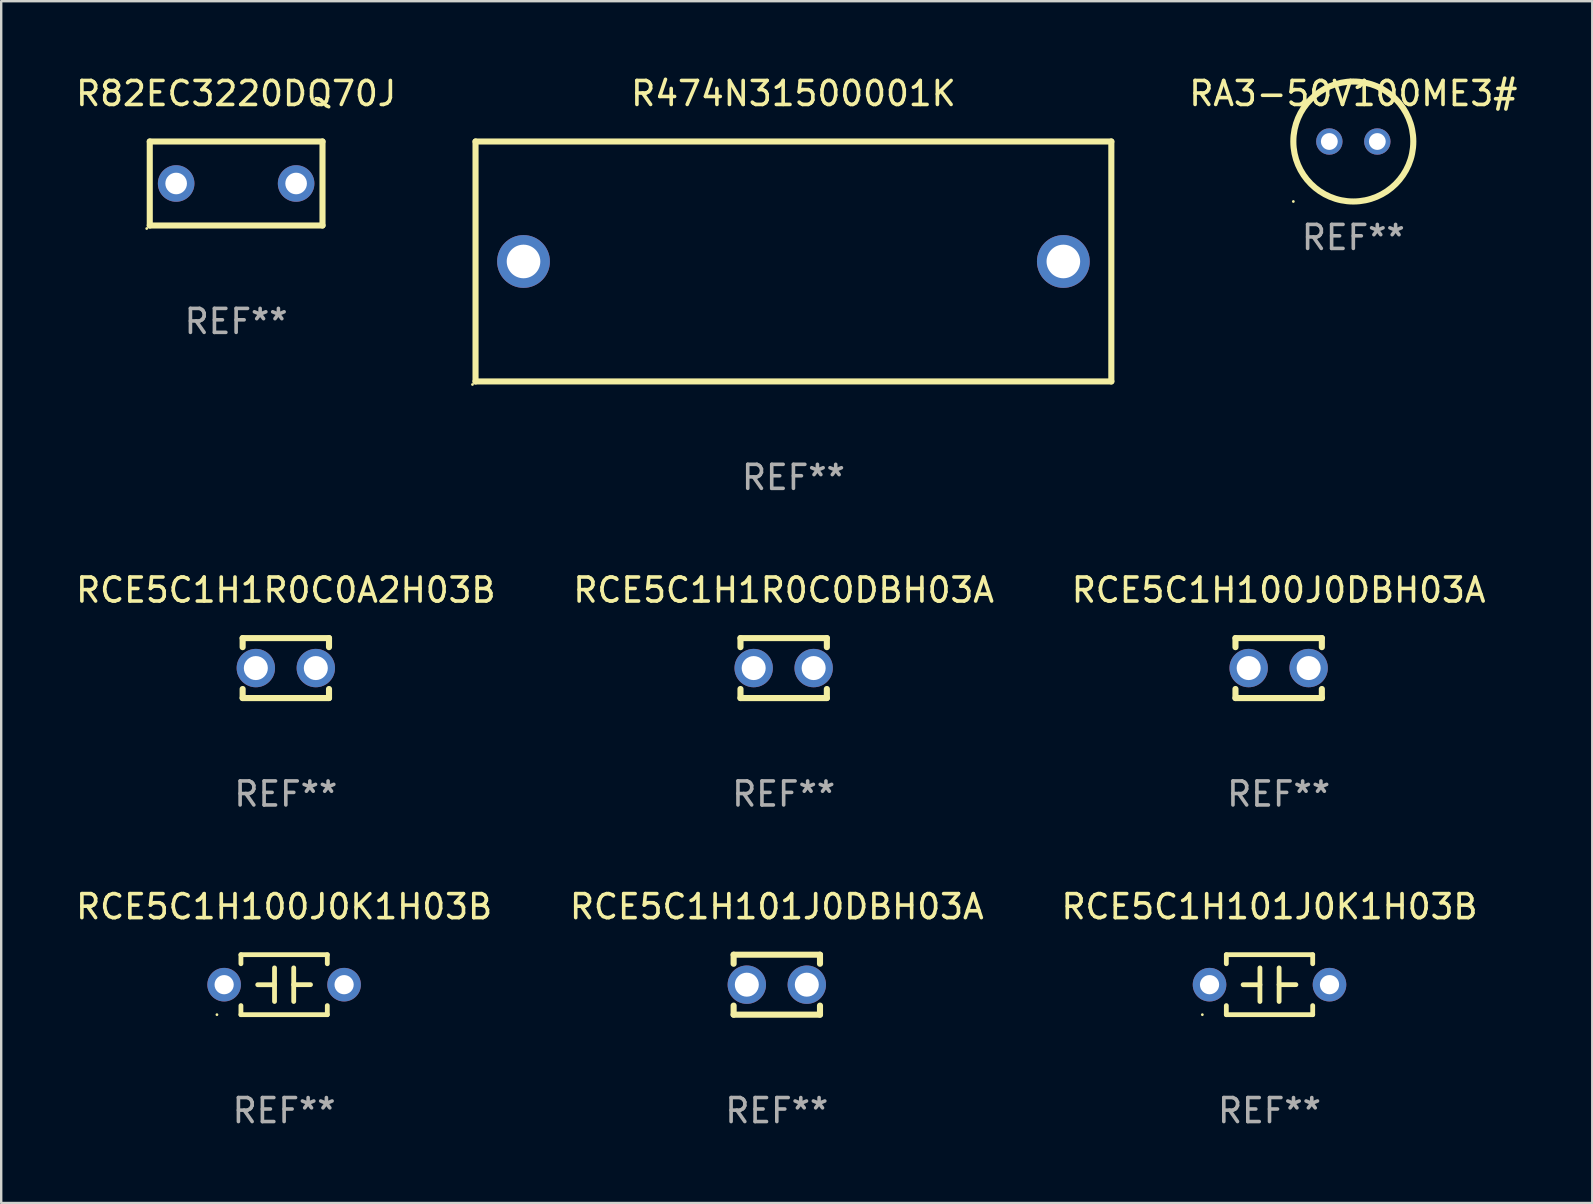
<source format=kicad_pcb>
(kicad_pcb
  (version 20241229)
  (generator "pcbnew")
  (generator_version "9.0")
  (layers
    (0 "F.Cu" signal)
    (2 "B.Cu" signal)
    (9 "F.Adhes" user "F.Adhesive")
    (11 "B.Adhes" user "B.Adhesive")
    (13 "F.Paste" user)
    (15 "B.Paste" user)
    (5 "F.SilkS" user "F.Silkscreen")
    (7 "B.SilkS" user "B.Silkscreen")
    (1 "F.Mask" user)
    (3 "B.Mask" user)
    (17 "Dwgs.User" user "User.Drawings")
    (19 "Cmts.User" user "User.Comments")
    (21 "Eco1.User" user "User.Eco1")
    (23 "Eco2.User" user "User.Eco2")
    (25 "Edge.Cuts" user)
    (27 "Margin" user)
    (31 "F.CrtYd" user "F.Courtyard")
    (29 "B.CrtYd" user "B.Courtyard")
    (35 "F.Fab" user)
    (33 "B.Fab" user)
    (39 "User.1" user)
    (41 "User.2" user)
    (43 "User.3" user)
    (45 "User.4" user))
  (footprint "RCE5C1H100J0DBH03A"
    (layer "F.Cu")
    (at 50.244 24.795)
    (property "Reference" "RCE5C1H100J0DBH03A" (at 0 -3.25 0) (layer "F.SilkS") (effects (font (size 1 1) (thickness 0.15))))
    (attr through_hole)
    (fp_line (start -1.8 -1.25) (end -1.8 -0.872) (stroke (width 0.254) (type solid)) (layer "F.SilkS"))
    (fp_line (start -1.8 -1.25) (end 1.8 -1.25) (stroke (width 0.254) (type solid)) (layer "F.SilkS"))
    (fp_line (start -1.8 0.872) (end -1.8 1.25) (stroke (width 0.254) (type solid)) (layer "F.SilkS"))
    (fp_line (start -1.8 1.25) (end 1.8 1.25) (stroke (width 0.254) (type solid)) (layer "F.SilkS"))
    (fp_line (start 1.8 -1.25) (end 1.8 -0.872) (stroke (width 0.254) (type solid)) (layer "F.SilkS"))
    (fp_line (start 1.8 0.872) (end 1.8 1.25) (stroke (width 0.254) (type solid)) (layer "F.SilkS"))
    (fp_circle (center -1.8 1.25) (end -1.77 1.25) (stroke (width 0.06) (type solid)) (fill no) (layer "F.SilkS"))
    (fp_text user "REF**" (at 0 5.25 0) (layer "F.Fab") (effects (font (size 1 1) (thickness 0.15))))
    (pad "1" thru_hole circle (at -1.25 0) (size 1.6 1.6) (drill 1) (layers "*.Cu" "*.Mask"))
    (pad "2" thru_hole circle (at 1.25 0) (size 1.6 1.6) (drill 1) (layers "*.Cu" "*.Mask")))
  (footprint "RCE5C1H100J0K1H03B"
    (layer "F.Cu")
    (at 8.792 37.991)
    (property "Reference" "RCE5C1H100J0K1H03B" (at 0 -3.25 0) (layer "F.SilkS") (effects (font (size 1 1) (thickness 0.15))))
    (attr through_hole)
    (fp_line (start -1.8 -1.25) (end -1.8 -0.872) (stroke (width 0.2) (type solid)) (layer "F.SilkS"))
    (fp_line (start -1.8 -1.25) (end 1.8 -1.25) (stroke (width 0.2) (type solid)) (layer "F.SilkS"))
    (fp_line (start -1.8 0.872) (end -1.8 1.25) (stroke (width 0.2) (type solid)) (layer "F.SilkS"))
    (fp_line (start -1.8 1.25) (end 1.8 1.25) (stroke (width 0.2) (type solid)) (layer "F.SilkS"))
    (fp_line (start -0.4 -0.7) (end -0.4 0.7) (stroke (width 0.2) (type solid)) (layer "F.SilkS"))
    (fp_line (start -0.4 0.002) (end -1.1 0.002) (stroke (width 0.2) (type solid)) (layer "F.SilkS"))
    (fp_line (start 0.4 -0.001) (end 1.1 -0.001) (stroke (width 0.2) (type solid)) (layer "F.SilkS"))
    (fp_line (start 0.4 0.7) (end 0.4 -0.7) (stroke (width 0.2) (type solid)) (layer "F.SilkS"))
    (fp_line (start 1.8 -1.25) (end 1.8 -0.872) (stroke (width 0.2) (type solid)) (layer "F.SilkS"))
    (fp_line (start 1.8 0.872) (end 1.8 1.25) (stroke (width 0.2) (type solid)) (layer "F.SilkS"))
    (fp_circle (center -2.8 1.25) (end -2.77 1.25) (stroke (width 0.06) (type solid)) (fill no) (layer "F.SilkS"))
    (fp_text user "REF**" (at 0 5.25 0) (layer "F.Fab") (effects (font (size 1 1) (thickness 0.15))))
    (pad "1" thru_hole circle (at -2.5 0) (size 1.4 1.4) (drill 0.8) (layers "*.Cu" "*.Mask"))
    (pad "2" thru_hole circle (at 2.5 0) (size 1.4 1.4) (drill 0.8) (layers "*.Cu" "*.Mask")))
  (footprint "RCE5C1H101J0DBH03A"
    (layer "F.Cu")
    (at 29.327 37.991)
    (property "Reference" "RCE5C1H101J0DBH03A" (at 0 -3.25 0) (layer "F.SilkS") (effects (font (size 1 1) (thickness 0.15))))
    (attr through_hole)
    (fp_line (start -1.8 -1.25) (end -1.8 -0.872) (stroke (width 0.254) (type solid)) (layer "F.SilkS"))
    (fp_line (start -1.8 -1.25) (end 1.8 -1.25) (stroke (width 0.254) (type solid)) (layer "F.SilkS"))
    (fp_line (start -1.8 0.872) (end -1.8 1.25) (stroke (width 0.254) (type solid)) (layer "F.SilkS"))
    (fp_line (start -1.8 1.25) (end 1.8 1.25) (stroke (width 0.254) (type solid)) (layer "F.SilkS"))
    (fp_line (start 1.8 -1.25) (end 1.8 -0.872) (stroke (width 0.254) (type solid)) (layer "F.SilkS"))
    (fp_line (start 1.8 0.872) (end 1.8 1.25) (stroke (width 0.254) (type solid)) (layer "F.SilkS"))
    (fp_circle (center -1.8 1.25) (end -1.77 1.25) (stroke (width 0.06) (type solid)) (fill no) (layer "F.SilkS"))
    (fp_text user "REF**" (at 0 5.25 0) (layer "F.Fab") (effects (font (size 1 1) (thickness 0.15))))
    (pad "1" thru_hole circle (at -1.25 0) (size 1.6 1.6) (drill 1) (layers "*.Cu" "*.Mask"))
    (pad "2" thru_hole circle (at 1.25 0) (size 1.6 1.6) (drill 1) (layers "*.Cu" "*.Mask")))
  (footprint "RCE5C1H1R0C0A2H03B"
    (layer "F.Cu")
    (at 8.863 24.795)
    (property "Reference" "RCE5C1H1R0C0A2H03B" (at 0 -3.25 0) (layer "F.SilkS") (effects (font (size 1 1) (thickness 0.15))))
    (attr through_hole)
    (fp_line (start -1.8 -1.25) (end -1.8 -0.872) (stroke (width 0.254) (type solid)) (layer "F.SilkS"))
    (fp_line (start -1.8 -1.25) (end 1.8 -1.25) (stroke (width 0.254) (type solid)) (layer "F.SilkS"))
    (fp_line (start -1.8 0.872) (end -1.8 1.25) (stroke (width 0.254) (type solid)) (layer "F.SilkS"))
    (fp_line (start -1.8 1.25) (end 1.8 1.25) (stroke (width 0.254) (type solid)) (layer "F.SilkS"))
    (fp_line (start 1.8 -1.25) (end 1.8 -0.872) (stroke (width 0.254) (type solid)) (layer "F.SilkS"))
    (fp_line (start 1.8 0.872) (end 1.8 1.25) (stroke (width 0.254) (type solid)) (layer "F.SilkS"))
    (fp_circle (center -1.8 1.25) (end -1.77 1.25) (stroke (width 0.06) (type solid)) (fill no) (layer "F.SilkS"))
    (fp_text user "REF**" (at 0 5.25 0) (layer "F.Fab") (effects (font (size 1 1) (thickness 0.15))))
    (pad "1" thru_hole circle (at -1.25 0) (size 1.6 1.6) (drill 1) (layers "*.Cu" "*.Mask"))
    (pad "2" thru_hole circle (at 1.25 0) (size 1.6 1.6) (drill 1) (layers "*.Cu" "*.Mask")))
  (footprint "RCE5C1H1R0C0DBH03A"
    (layer "F.Cu")
    (at 29.613 24.795)
    (property "Reference" "RCE5C1H1R0C0DBH03A" (at 0 -3.25 0) (layer "F.SilkS") (effects (font (size 1 1) (thickness 0.15))))
    (attr through_hole)
    (fp_line (start -1.8 -1.25) (end -1.8 -0.872) (stroke (width 0.254) (type solid)) (layer "F.SilkS"))
    (fp_line (start -1.8 -1.25) (end 1.8 -1.25) (stroke (width 0.254) (type solid)) (layer "F.SilkS"))
    (fp_line (start -1.8 0.872) (end -1.8 1.25) (stroke (width 0.254) (type solid)) (layer "F.SilkS"))
    (fp_line (start -1.8 1.25) (end 1.8 1.25) (stroke (width 0.254) (type solid)) (layer "F.SilkS"))
    (fp_line (start 1.8 -1.25) (end 1.8 -0.872) (stroke (width 0.254) (type solid)) (layer "F.SilkS"))
    (fp_line (start 1.8 0.872) (end 1.8 1.25) (stroke (width 0.254) (type solid)) (layer "F.SilkS"))
    (fp_circle (center -1.8 1.25) (end -1.77 1.25) (stroke (width 0.06) (type solid)) (fill no) (layer "F.SilkS"))
    (fp_text user "REF**" (at 0 5.25 0) (layer "F.Fab") (effects (font (size 1 1) (thickness 0.15))))
    (pad "1" thru_hole circle (at -1.25 0) (size 1.6 1.6) (drill 1) (layers "*.Cu" "*.Mask"))
    (pad "2" thru_hole circle (at 1.25 0) (size 1.6 1.6) (drill 1) (layers "*.Cu" "*.Mask")))
  (footprint "R474N31500001K"
    (layer "F.Cu")
    (at 30.02 7.848)
    (property "Reference" "R474N31500001K" (at 0 -7 0) (layer "F.SilkS") (effects (font (size 1 1) (thickness 0.15))))
    (attr through_hole)
    (fp_line (start -13.25 -5) (end 13.25 -5) (stroke (width 0.254) (type solid)) (layer "F.SilkS"))
    (fp_line (start -13.25 5) (end -13.25 -5) (stroke (width 0.254) (type solid)) (layer "F.SilkS"))
    (fp_line (start 13.25 -5) (end 13.25 5) (stroke (width 0.254) (type solid)) (layer "F.SilkS"))
    (fp_line (start 13.25 5) (end -13.25 5) (stroke (width 0.254) (type solid)) (layer "F.SilkS"))
    (fp_circle (center -13.377 5.127) (end -13.347 5.127) (stroke (width 0.06) (type solid)) (fill no) (layer "F.SilkS"))
    (fp_text user "REF**" (at 0 9 0) (layer "F.Fab") (effects (font (size 1 1) (thickness 0.15))))
    (pad "1" thru_hole circle (at -11.25 0) (size 2.2 2.2) (drill 1.4) (layers "*.Cu" "*.Mask"))
    (pad "2" thru_hole circle (at 11.25 0) (size 2.2 2.2) (drill 1.4) (layers "*.Cu" "*.Mask")))
  (footprint "RA3-50V100ME3#"
    (layer "F.Cu")
    (at 53.356 2.848)
    (property "Reference" "RA3-50V100ME3#" (at 0 -2 0) (layer "F.SilkS") (effects (font (size 1 1) (thickness 0.15))))
    (attr through_hole)
    (fp_circle (center -2.5 2.5) (end -2.47 2.5) (stroke (width 0.06) (type solid)) (fill no) (layer "F.SilkS"))
    (fp_circle (center 0 0) (end 2.5 0) (stroke (width 0.254) (type solid)) (fill no) (layer "F.SilkS"))
    (fp_text user "REF**" (at 0 4 0) (layer "F.Fab") (effects (font (size 1 1) (thickness 0.15))))
    (pad "1" thru_hole circle (at -1 0) (size 1.1 1.1) (drill 0.7) (layers "*.Cu" "*.Mask"))
    (pad "2" thru_hole circle (at 1 0) (size 1.1 1.1) (drill 0.7) (layers "*.Cu" "*.Mask")))
  (footprint "R82EC3220DQ70J"
    (layer "F.Cu")
    (at 6.792 4.598)
    (property "Reference" "R82EC3220DQ70J" (at 0 -3.75 0) (layer "F.SilkS") (effects (font (size 1 1) (thickness 0.15))))
    (attr through_hole)
    (fp_line (start -3.6 -1.75) (end 3.6 -1.75) (stroke (width 0.254) (type solid)) (layer "F.SilkS"))
    (fp_line (start -3.6 1.75) (end -3.6 -1.75) (stroke (width 0.254) (type solid)) (layer "F.SilkS"))
    (fp_line (start 3.6 -1.75) (end 3.6 1.75) (stroke (width 0.254) (type solid)) (layer "F.SilkS"))
    (fp_line (start 3.6 1.75) (end -3.6 1.75) (stroke (width 0.254) (type solid)) (layer "F.SilkS"))
    (fp_circle (center -3.727 1.877) (end -3.697 1.877) (stroke (width 0.06) (type solid)) (fill no) (layer "F.SilkS"))
    (fp_text user "REF**" (at 0 5.75 0) (layer "F.Fab") (effects (font (size 1 1) (thickness 0.15))))
    (pad "1" thru_hole circle (at -2.5 0) (size 1.524 1.524) (drill 0.9) (layers "*.Cu" "*.Mask"))
    (pad "2" thru_hole circle (at 2.5 0) (size 1.524 1.524) (drill 0.9) (layers "*.Cu" "*.Mask")))
  (footprint "RCE5C1H101J0K1H03B"
    (layer "F.Cu")
    (at 49.863 37.991)
    (property "Reference" "RCE5C1H101J0K1H03B" (at 0 -3.25 0) (layer "F.SilkS") (effects (font (size 1 1) (thickness 0.15))))
    (attr through_hole)
    (fp_line (start -1.8 -1.25) (end -1.8 -0.872) (stroke (width 0.2) (type solid)) (layer "F.SilkS"))
    (fp_line (start -1.8 -1.25) (end 1.8 -1.25) (stroke (width 0.2) (type solid)) (layer "F.SilkS"))
    (fp_line (start -1.8 0.872) (end -1.8 1.25) (stroke (width 0.2) (type solid)) (layer "F.SilkS"))
    (fp_line (start -1.8 1.25) (end 1.8 1.25) (stroke (width 0.2) (type solid)) (layer "F.SilkS"))
    (fp_line (start -0.4 -0.7) (end -0.4 0.7) (stroke (width 0.2) (type solid)) (layer "F.SilkS"))
    (fp_line (start -0.4 0.002) (end -1.1 0.002) (stroke (width 0.2) (type solid)) (layer "F.SilkS"))
    (fp_line (start 0.4 -0.001) (end 1.1 -0.001) (stroke (width 0.2) (type solid)) (layer "F.SilkS"))
    (fp_line (start 0.4 0.7) (end 0.4 -0.7) (stroke (width 0.2) (type solid)) (layer "F.SilkS"))
    (fp_line (start 1.8 -1.25) (end 1.8 -0.872) (stroke (width 0.2) (type solid)) (layer "F.SilkS"))
    (fp_line (start 1.8 0.872) (end 1.8 1.25) (stroke (width 0.2) (type solid)) (layer "F.SilkS"))
    (fp_circle (center -2.8 1.25) (end -2.77 1.25) (stroke (width 0.06) (type solid)) (fill no) (layer "F.SilkS"))
    (fp_text user "REF**" (at 0 5.25 0) (layer "F.Fab") (effects (font (size 1 1) (thickness 0.15))))
    (pad "1" thru_hole circle (at -2.5 0) (size 1.4 1.4) (drill 0.8) (layers "*.Cu" "*.Mask"))
    (pad "2" thru_hole circle (at 2.5 0) (size 1.4 1.4) (drill 0.8) (layers "*.Cu" "*.Mask")))
  (gr_rect
    (start -3 -3)
    (end 63.314 47.09)
    (stroke (width 0.1) (type default))
    (fill no)
    (layer "Edge.Cuts")))
</source>
